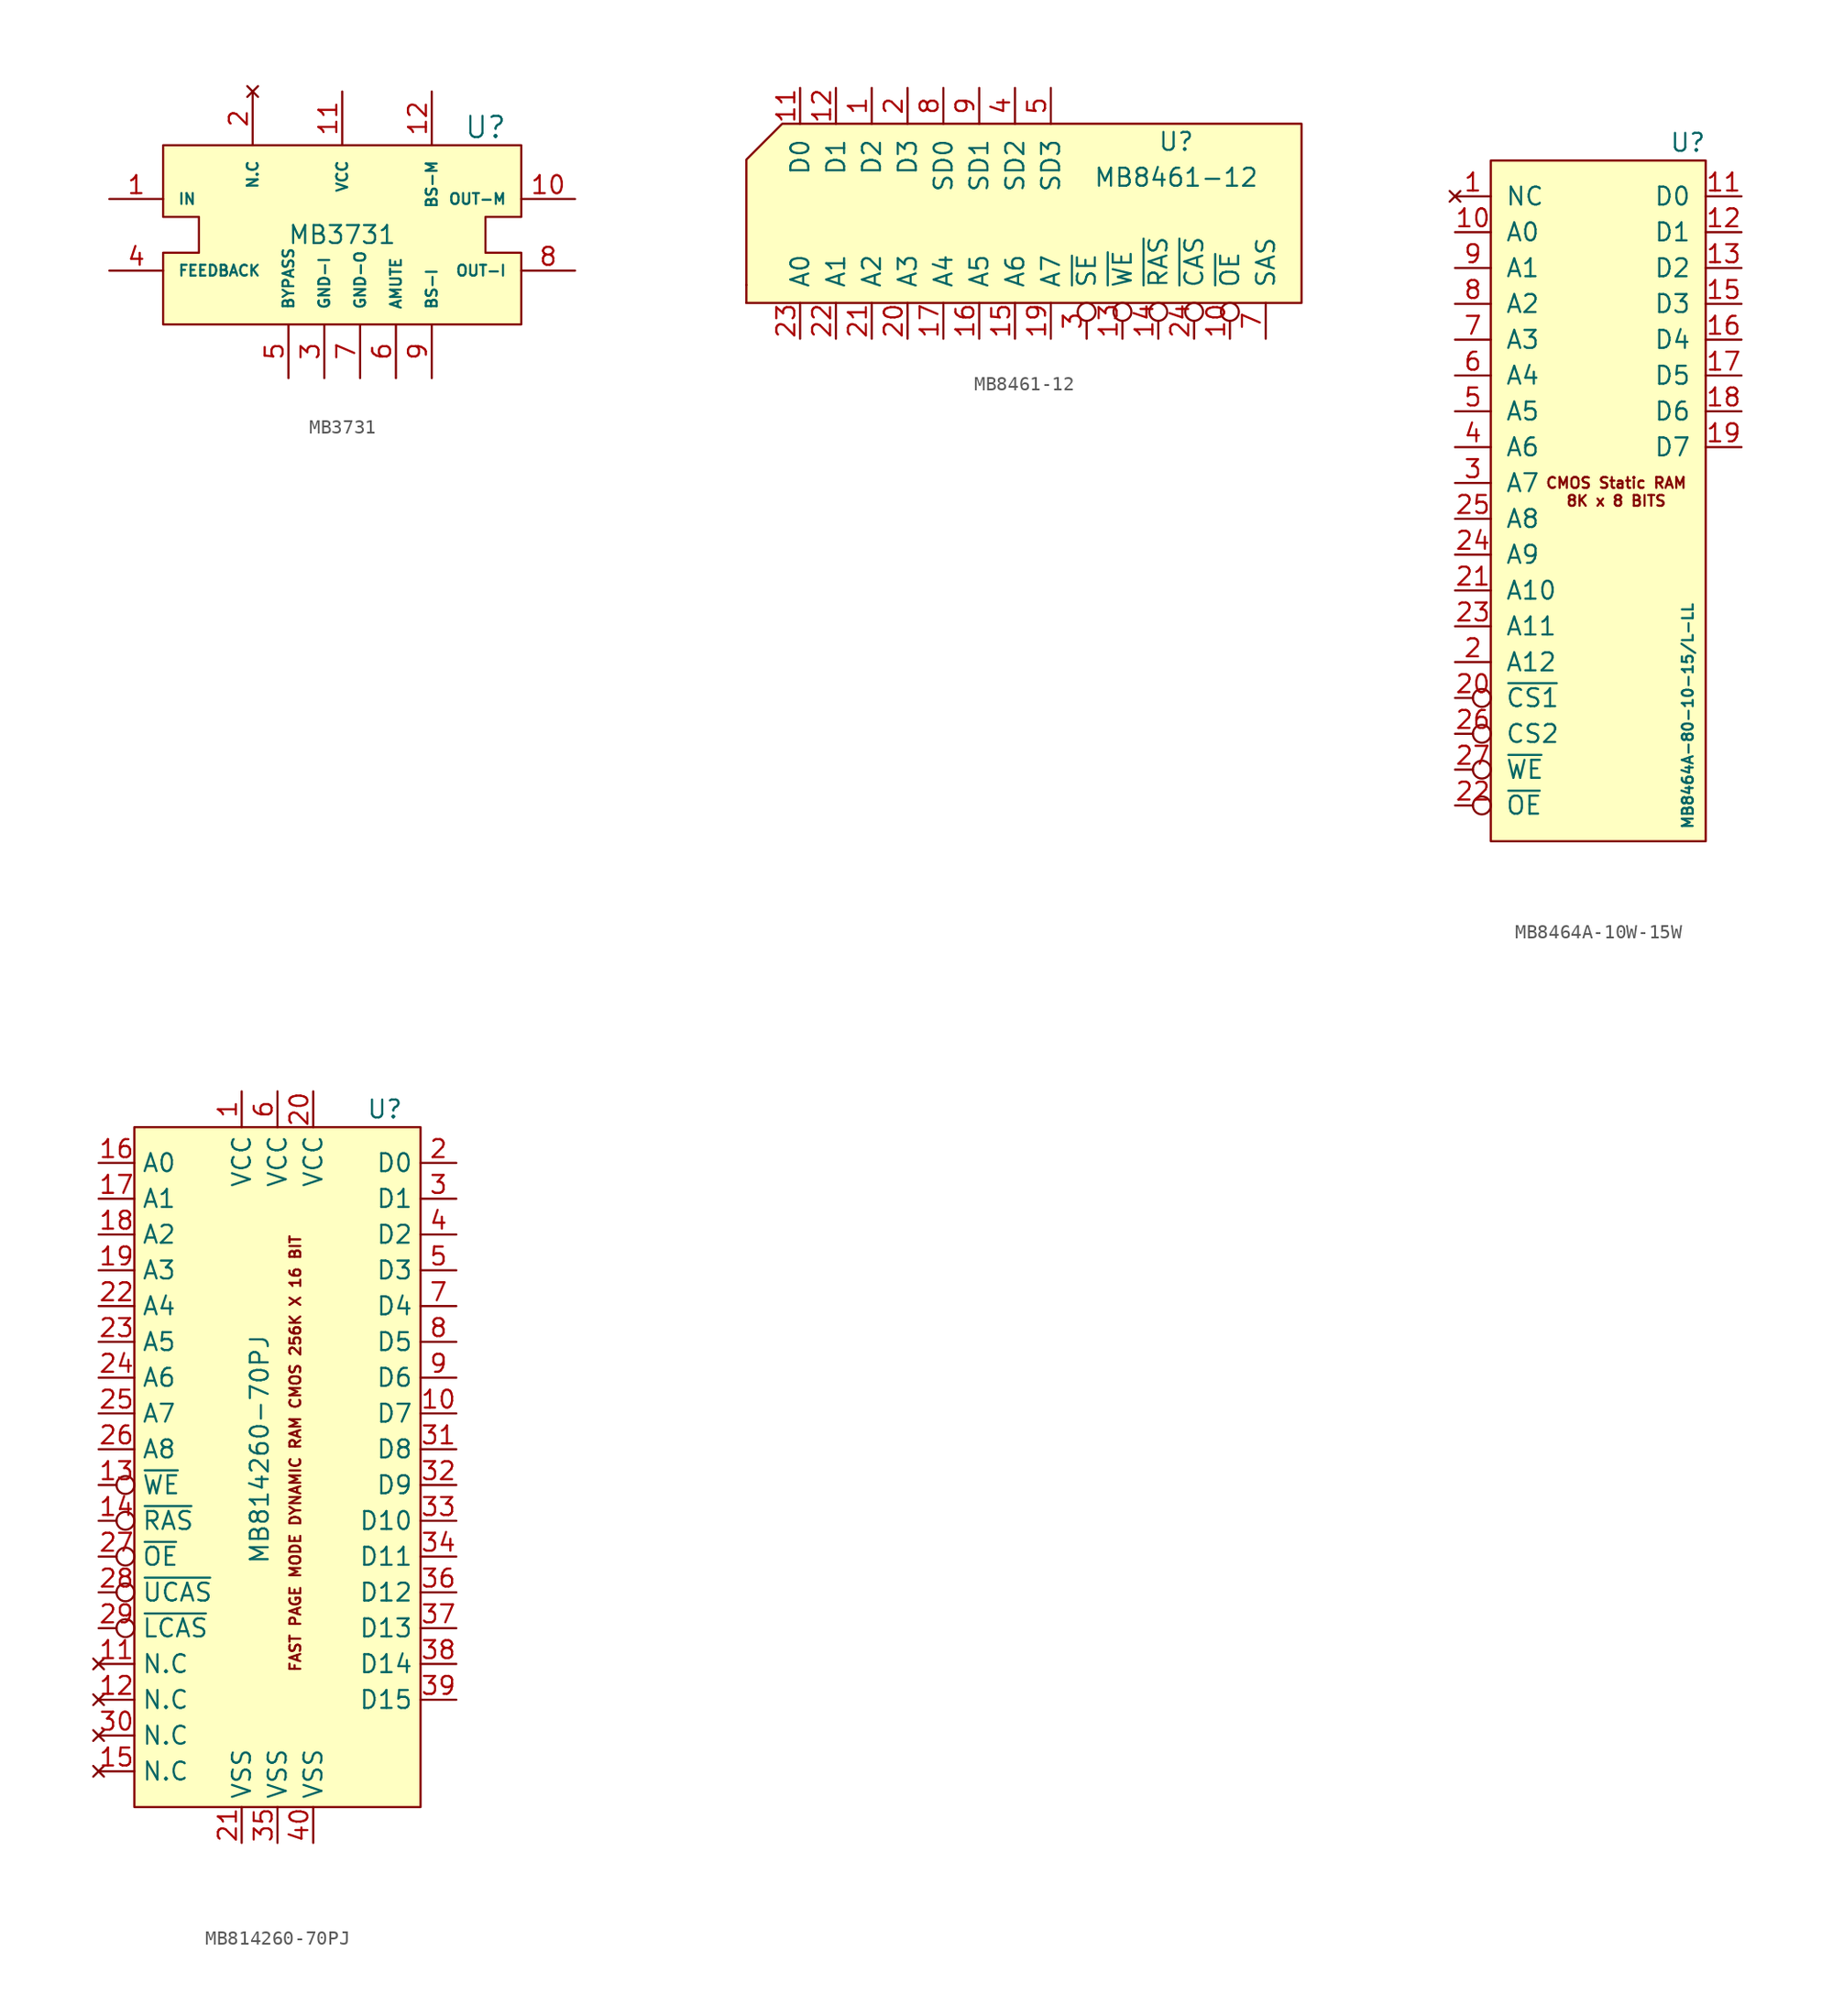
<source format=kicad_sym>
(kicad_symbol_lib
  (version 20220914)
  (generator kicad_symbol_editor)
  (symbol "MB3731"
    (pin_names
      (offset 1.016))
    (property "Reference" "U"
      (at 10.16 7.62 0)
      (effects (font (size 1.499 1.499))))
    (property "Value" "MB3731"
      (at 0 0 0)
      (effects (font (size 1.27 1.27))))
    (symbol "MB3731_1_0"
      (pin input line (at -16.51 2.54 0) (length 3.81) (name "IN" (effects (font (size 0.762 0.762)))) (number "1" (effects (font (size 1.27 1.27)))))
      (pin output line (at 16.51 2.54 180) (length 3.81) (name "OUT-M" (effects (font (size 0.762 0.762)))) (number "10" (effects (font (size 1.27 1.27)))))
      (pin power_in line (at 0 10.16 270) (length 3.81) (name "VCC" (effects (font (size 0.762 0.762)))) (number "11" (effects (font (size 1.27 1.27)))))
      (pin passive line (at 6.35 10.16 270) (length 3.81) (name "BS-M" (effects (font (size 0.762 0.762)))) (number "12" (effects (font (size 1.27 1.27)))))
      (pin no_connect line (at -6.35 10.16 270) (length 3.81) (name "N.C" (effects (font (size 0.762 0.762)))) (number "2" (effects (font (size 1.27 1.27)))))
      (pin power_in line (at -1.27 -10.16 90) (length 3.81) (name "GND-I" (effects (font (size 0.762 0.762)))) (number "3" (effects (font (size 1.27 1.27)))))
      (pin input line (at -16.51 -2.54 0) (length 3.81) (name "FEEDBACK" (effects (font (size 0.762 0.762)))) (number "4" (effects (font (size 1.27 1.27)))))
      (pin input line (at -3.81 -10.16 90) (length 3.81) (name "BYPASS" (effects (font (size 0.762 0.762)))) (number "5" (effects (font (size 1.27 1.27)))))
      (pin input line (at 3.81 -10.16 90) (length 3.81) (name "AMUTE" (effects (font (size 0.762 0.762)))) (number "6" (effects (font (size 1.27 1.27)))))
      (pin power_out line (at 1.27 -10.16 90) (length 3.81) (name "GND-O" (effects (font (size 0.762 0.762)))) (number "7" (effects (font (size 1.27 1.27)))))
      (pin output line (at 16.51 -2.54 180) (length 3.81) (name "OUT-I" (effects (font (size 0.762 0.762)))) (number "8" (effects (font (size 1.27 1.27)))))
      (pin passive line (at 6.35 -10.16 90) (length 3.81) (name "BS-I" (effects (font (size 0.762 0.762)))) (number "9" (effects (font (size 1.27 1.27))))))
    (symbol "MB3731_1_1"
      (polyline (pts (xy -6.35 6.35) (xy -12.7 6.35) (xy -12.7 1.27) (xy -10.16 1.27) (xy -10.16 -1.27) (xy -12.7 -1.27) (xy -12.7 -6.35) (xy 12.7 -6.35) (xy 12.7 -1.27) (xy 10.16 -1.27) (xy 10.16 1.27) (xy 12.7 1.27) (xy 12.7 6.35) (xy -6.35 6.35)) (stroke (width 0) (type default)) (fill (type background)))))
  (symbol "MB8461-12"
    (pin_names
      (offset 1.016))
    (property "Reference" "U"
      (at 11.43 5.08 0)
      (effects (font (size 1.27 1.27))))
    (property "Value" "MB8461-12"
      (at 11.43 2.54 0)
      (effects (font (size 1.27 1.27))))
    (symbol "MB8461-12_0_1"
      (polyline (pts (xy -19.05 -6.35) (xy -19.05 -5.08)) (stroke (width 0) (type default)) (fill (type none)))
      (polyline (pts (xy -19.05 -6.35) (xy 20.32 -6.35) (xy 20.32 6.35) (xy -16.51 6.35) (xy -19.05 3.81) (xy -19.05 -5.08)) (stroke (width 0) (type default)) (fill (type background))))
    (symbol "MB8461-12_1_1"
      (pin bidirectional line (at -10.16 8.89 270) (length 2.54) (name "D2" (effects (font (size 1.27 1.27)))) (number "1" (effects (font (size 1.27 1.27)))))
      (pin input inverted (at 15.24 -8.89 90) (length 2.54) (name "~{OE}" (effects (font (size 1.27 1.27)))) (number "10" (effects (font (size 1.27 1.27)))))
      (pin bidirectional line (at -15.24 8.89 270) (length 2.54) (name "D0" (effects (font (size 1.27 1.27)))) (number "11" (effects (font (size 1.27 1.27)))))
      (pin bidirectional line (at -12.7 8.89 270) (length 2.54) (name "D1" (effects (font (size 1.27 1.27)))) (number "12" (effects (font (size 1.27 1.27)))))
      (pin input inverted (at 7.62 -8.89 90) (length 2.54) (name "~{WE}" (effects (font (size 1.27 1.27)))) (number "13" (effects (font (size 1.27 1.27)))))
      (pin input inverted (at 10.16 -8.89 90) (length 2.54) (name "~{RAS}" (effects (font (size 1.27 1.27)))) (number "14" (effects (font (size 1.27 1.27)))))
      (pin input line (at 0 -8.89 90) (length 2.54) (name "A6" (effects (font (size 1.27 1.27)))) (number "15" (effects (font (size 1.27 1.27)))))
      (pin input line (at -2.54 -8.89 90) (length 2.54) (name "A5" (effects (font (size 1.27 1.27)))) (number "16" (effects (font (size 1.27 1.27)))))
      (pin input line (at -5.08 -8.89 90) (length 2.54) (name "A4" (effects (font (size 1.27 1.27)))) (number "17" (effects (font (size 1.27 1.27)))))
      (pin power_in line (at -19.05 0 0) (length 2.54) hide (name "VCC" (effects (font (size 1.27 1.27)))) (number "18" (effects (font (size 1.27 1.27)))))
      (pin input line (at 2.54 -8.89 90) (length 2.54) (name "A7" (effects (font (size 1.27 1.27)))) (number "19" (effects (font (size 1.27 1.27)))))
      (pin bidirectional line (at -7.62 8.89 270) (length 2.54) (name "D3" (effects (font (size 1.27 1.27)))) (number "2" (effects (font (size 1.27 1.27)))))
      (pin input line (at -7.62 -8.89 90) (length 2.54) (name "A3" (effects (font (size 1.27 1.27)))) (number "20" (effects (font (size 1.27 1.27)))))
      (pin input line (at -10.16 -8.89 90) (length 2.54) (name "A2" (effects (font (size 1.27 1.27)))) (number "21" (effects (font (size 1.27 1.27)))))
      (pin input line (at -12.7 -8.89 90) (length 2.54) (name "A1" (effects (font (size 1.27 1.27)))) (number "22" (effects (font (size 1.27 1.27)))))
      (pin input line (at -15.24 -8.89 90) (length 2.54) (name "A0" (effects (font (size 1.27 1.27)))) (number "23" (effects (font (size 1.27 1.27)))))
      (pin input inverted (at 12.7 -8.89 90) (length 2.54) (name "~{CAS}" (effects (font (size 1.27 1.27)))) (number "24" (effects (font (size 1.27 1.27)))))
      (pin input inverted (at 5.08 -8.89 90) (length 2.54) (name "~{SE}" (effects (font (size 1.27 1.27)))) (number "3" (effects (font (size 1.27 1.27)))))
      (pin bidirectional line (at 0 8.89 270) (length 2.54) (name "SD2" (effects (font (size 1.27 1.27)))) (number "4" (effects (font (size 1.27 1.27)))))
      (pin bidirectional line (at 2.54 8.89 270) (length 2.54) (name "SD3" (effects (font (size 1.27 1.27)))) (number "5" (effects (font (size 1.27 1.27)))))
      (pin power_in line (at 20.32 0 180) (length 2.54) hide (name "VSS" (effects (font (size 1.27 1.27)))) (number "6" (effects (font (size 1.27 1.27)))))
      (pin input line (at 17.78 -8.89 90) (length 2.54) (name "SAS" (effects (font (size 1.27 1.27)))) (number "7" (effects (font (size 1.27 1.27)))))
      (pin bidirectional line (at -5.08 8.89 270) (length 2.54) (name "SD0" (effects (font (size 1.27 1.27)))) (number "8" (effects (font (size 1.27 1.27)))))
      (pin bidirectional line (at -2.54 8.89 270) (length 2.54) (name "SD1" (effects (font (size 1.27 1.27)))) (number "9" (effects (font (size 1.27 1.27)))))))
  (symbol "MB8464A-10W-15W"
    (pin_names
      (offset 1.016))
    (property "Reference" "U"
      (at 6.35 25.4 0)
      (effects (font (size 1.27 1.27))))
    (property "Value" "MB8464A-80-10-15/L-LL"
      (at 6.35 -15.24 90)
      (effects (font (size 0.762 0.762))))
    (symbol "MB8464A-10W-15W_0_0"
      (text "8K x 8 BITS" (at 1.27 0 0) (effects (font (size 0.762 0.762))))
      (text "CMOS Static RAM" (at 1.27 1.27 0) (effects (font (size 0.762 0.762)))))
    (symbol "MB8464A-10W-15W_0_1"
      (rectangle (start -7.62 24.13) (end 7.62 -24.13) (stroke (width 0) (type default)) (fill (type background))))
    (symbol "MB8464A-10W-15W_1_1"
      (pin no_connect line (at -10.16 21.59 0) (length 2.54) (name "NC" (effects (font (size 1.27 1.27)))) (number "1" (effects (font (size 1.27 1.27)))))
      (pin input line (at -10.16 19.05 0) (length 2.54) (name "A0" (effects (font (size 1.27 1.27)))) (number "10" (effects (font (size 1.27 1.27)))))
      (pin bidirectional line (at 10.16 21.59 180) (length 2.54) (name "D0" (effects (font (size 1.27 1.27)))) (number "11" (effects (font (size 1.27 1.27)))))
      (pin bidirectional line (at 10.16 19.05 180) (length 2.54) (name "D1" (effects (font (size 1.27 1.27)))) (number "12" (effects (font (size 1.27 1.27)))))
      (pin bidirectional line (at 10.16 16.51 180) (length 2.54) (name "D2" (effects (font (size 1.27 1.27)))) (number "13" (effects (font (size 1.27 1.27)))))
      (pin power_in line (at 0 -24.13 90) (length 2.54) hide (name "VSS" (effects (font (size 1.27 1.27)))) (number "14" (effects (font (size 1.27 1.27)))))
      (pin bidirectional line (at 10.16 13.97 180) (length 2.54) (name "D3" (effects (font (size 1.27 1.27)))) (number "15" (effects (font (size 1.27 1.27)))))
      (pin bidirectional line (at 10.16 11.43 180) (length 2.54) (name "D4" (effects (font (size 1.27 1.27)))) (number "16" (effects (font (size 1.27 1.27)))))
      (pin bidirectional line (at 10.16 8.89 180) (length 2.54) (name "D5" (effects (font (size 1.27 1.27)))) (number "17" (effects (font (size 1.27 1.27)))))
      (pin bidirectional line (at 10.16 6.35 180) (length 2.54) (name "D6" (effects (font (size 1.27 1.27)))) (number "18" (effects (font (size 1.27 1.27)))))
      (pin bidirectional line (at 10.16 3.81 180) (length 2.54) (name "D7" (effects (font (size 1.27 1.27)))) (number "19" (effects (font (size 1.27 1.27)))))
      (pin input line (at -10.16 -11.43 0) (length 2.54) (name "A12" (effects (font (size 1.27 1.27)))) (number "2" (effects (font (size 1.27 1.27)))))
      (pin input inverted (at -10.16 -13.97 0) (length 2.54) (name "~{CS1}" (effects (font (size 1.27 1.27)))) (number "20" (effects (font (size 1.27 1.27)))))
      (pin input line (at -10.16 -6.35 0) (length 2.54) (name "A10" (effects (font (size 1.27 1.27)))) (number "21" (effects (font (size 1.27 1.27)))))
      (pin input inverted (at -10.16 -21.59 0) (length 2.54) (name "~{OE}" (effects (font (size 1.27 1.27)))) (number "22" (effects (font (size 1.27 1.27)))))
      (pin input line (at -10.16 -8.89 0) (length 2.54) (name "A11" (effects (font (size 1.27 1.27)))) (number "23" (effects (font (size 1.27 1.27)))))
      (pin input line (at -10.16 -3.81 0) (length 2.54) (name "A9" (effects (font (size 1.27 1.27)))) (number "24" (effects (font (size 1.27 1.27)))))
      (pin input line (at -10.16 -1.27 0) (length 2.54) (name "A8" (effects (font (size 1.27 1.27)))) (number "25" (effects (font (size 1.27 1.27)))))
      (pin input inverted (at -10.16 -16.51 0) (length 2.54) (name "CS2" (effects (font (size 1.27 1.27)))) (number "26" (effects (font (size 1.27 1.27)))))
      (pin input inverted (at -10.16 -19.05 0) (length 2.54) (name "~{WE}" (effects (font (size 1.27 1.27)))) (number "27" (effects (font (size 1.27 1.27)))))
      (pin power_in line (at 0 24.13 270) (length 2.54) hide (name "VCC" (effects (font (size 1.27 1.27)))) (number "28" (effects (font (size 1.27 1.27)))))
      (pin input line (at -10.16 1.27 0) (length 2.54) (name "A7" (effects (font (size 1.27 1.27)))) (number "3" (effects (font (size 1.27 1.27)))))
      (pin input line (at -10.16 3.81 0) (length 2.54) (name "A6" (effects (font (size 1.27 1.27)))) (number "4" (effects (font (size 1.27 1.27)))))
      (pin input line (at -10.16 6.35 0) (length 2.54) (name "A5" (effects (font (size 1.27 1.27)))) (number "5" (effects (font (size 1.27 1.27)))))
      (pin input line (at -10.16 8.89 0) (length 2.54) (name "A4" (effects (font (size 1.27 1.27)))) (number "6" (effects (font (size 1.27 1.27)))))
      (pin input line (at -10.16 11.43 0) (length 2.54) (name "A3" (effects (font (size 1.27 1.27)))) (number "7" (effects (font (size 1.27 1.27)))))
      (pin input line (at -10.16 13.97 0) (length 2.54) (name "A2" (effects (font (size 1.27 1.27)))) (number "8" (effects (font (size 1.27 1.27)))))
      (pin input line (at -10.16 16.51 0) (length 2.54) (name "A1" (effects (font (size 1.27 1.27)))) (number "9" (effects (font (size 1.27 1.27)))))))
  (symbol "MB814260-70PJ"
    (property "Reference" "U"
      (at 7.62 24.13 0)
      (effects (font (size 1.27 1.27))))
    (property "Value" "MB814260-70PJ"
      (at -1.27 0 90)
      (effects (font (size 1.27 1.27))))
    (symbol "MB814260-70PJ_0_0"
      (text "FAST PAGE MODE DYNAMIC RAM CMOS 256K X 16 BIT " (at 1.27 0 900) (effects (font (size 0.762 0.762)))))
    (symbol "MB814260-70PJ_0_1"
      (rectangle (start -10.16 22.86) (end 10.16 -25.4) (stroke (width 0.152) (type default)) (fill (type background))))
    (symbol "MB814260-70PJ_1_1"
      (pin power_in line (at -2.54 25.4 270) (length 2.54) (name "VCC" (effects (font (size 1.27 1.27)))) (number "1" (effects (font (size 1.27 1.27)))))
      (pin bidirectional line (at 12.7 2.54 180) (length 2.54) (name "D7" (effects (font (size 1.27 1.27)))) (number "10" (effects (font (size 1.27 1.27)))))
      (pin no_connect line (at -12.7 -15.24 0) (length 2.54) (name "N.C" (effects (font (size 1.27 1.27)))) (number "11" (effects (font (size 1.27 1.27)))))
      (pin no_connect line (at -12.7 -17.78 0) (length 2.54) (name "N.C" (effects (font (size 1.27 1.27)))) (number "12" (effects (font (size 1.27 1.27)))))
      (pin input inverted (at -12.7 -2.54 0) (length 2.54) (name "~{WE}" (effects (font (size 1.27 1.27)))) (number "13" (effects (font (size 1.27 1.27)))))
      (pin input inverted (at -12.7 -5.08 0) (length 2.54) (name "~{RAS}" (effects (font (size 1.27 1.27)))) (number "14" (effects (font (size 1.27 1.27)))))
      (pin no_connect line (at -12.7 -22.86 0) (length 2.54) (name "N.C" (effects (font (size 1.27 1.27)))) (number "15" (effects (font (size 1.27 1.27)))))
      (pin input line (at -12.7 20.32 0) (length 2.54) (name "A0" (effects (font (size 1.27 1.27)))) (number "16" (effects (font (size 1.27 1.27)))))
      (pin input line (at -12.7 17.78 0) (length 2.54) (name "A1" (effects (font (size 1.27 1.27)))) (number "17" (effects (font (size 1.27 1.27)))))
      (pin input line (at -12.7 15.24 0) (length 2.54) (name "A2" (effects (font (size 1.27 1.27)))) (number "18" (effects (font (size 1.27 1.27)))))
      (pin input line (at -12.7 12.7 0) (length 2.54) (name "A3" (effects (font (size 1.27 1.27)))) (number "19" (effects (font (size 1.27 1.27)))))
      (pin bidirectional line (at 12.7 20.32 180) (length 2.54) (name "D0" (effects (font (size 1.27 1.27)))) (number "2" (effects (font (size 1.27 1.27)))))
      (pin power_in line (at 2.54 25.4 270) (length 2.54) (name "VCC" (effects (font (size 1.27 1.27)))) (number "20" (effects (font (size 1.27 1.27)))))
      (pin power_in line (at -2.54 -27.94 90) (length 2.54) (name "VSS" (effects (font (size 1.27 1.27)))) (number "21" (effects (font (size 1.27 1.27)))))
      (pin input line (at -12.7 10.16 0) (length 2.54) (name "A4" (effects (font (size 1.27 1.27)))) (number "22" (effects (font (size 1.27 1.27)))))
      (pin input line (at -12.7 7.62 0) (length 2.54) (name "A5" (effects (font (size 1.27 1.27)))) (number "23" (effects (font (size 1.27 1.27)))))
      (pin input line (at -12.7 5.08 0) (length 2.54) (name "A6" (effects (font (size 1.27 1.27)))) (number "24" (effects (font (size 1.27 1.27)))))
      (pin input line (at -12.7 2.54 0) (length 2.54) (name "A7" (effects (font (size 1.27 1.27)))) (number "25" (effects (font (size 1.27 1.27)))))
      (pin input line (at -12.7 0 0) (length 2.54) (name "A8" (effects (font (size 1.27 1.27)))) (number "26" (effects (font (size 1.27 1.27)))))
      (pin input inverted (at -12.7 -7.62 0) (length 2.54) (name "~{OE}" (effects (font (size 1.27 1.27)))) (number "27" (effects (font (size 1.27 1.27)))))
      (pin input inverted (at -12.7 -10.16 0) (length 2.54) (name "~{UCAS}" (effects (font (size 1.27 1.27)))) (number "28" (effects (font (size 1.27 1.27)))))
      (pin input inverted (at -12.7 -12.7 0) (length 2.54) (name "~{LCAS}" (effects (font (size 1.27 1.27)))) (number "29" (effects (font (size 1.27 1.27)))))
      (pin bidirectional line (at 12.7 17.78 180) (length 2.54) (name "D1" (effects (font (size 1.27 1.27)))) (number "3" (effects (font (size 1.27 1.27)))))
      (pin no_connect line (at -12.7 -20.32 0) (length 2.54) (name "N.C" (effects (font (size 1.27 1.27)))) (number "30" (effects (font (size 1.27 1.27)))))
      (pin bidirectional line (at 12.7 0 180) (length 2.54) (name "D8" (effects (font (size 1.27 1.27)))) (number "31" (effects (font (size 1.27 1.27)))))
      (pin bidirectional line (at 12.7 -2.54 180) (length 2.54) (name "D9" (effects (font (size 1.27 1.27)))) (number "32" (effects (font (size 1.27 1.27)))))
      (pin bidirectional line (at 12.7 -5.08 180) (length 2.54) (name "D10" (effects (font (size 1.27 1.27)))) (number "33" (effects (font (size 1.27 1.27)))))
      (pin bidirectional line (at 12.7 -7.62 180) (length 2.54) (name "D11" (effects (font (size 1.27 1.27)))) (number "34" (effects (font (size 1.27 1.27)))))
      (pin power_in line (at 0 -27.94 90) (length 2.54) (name "VSS" (effects (font (size 1.27 1.27)))) (number "35" (effects (font (size 1.27 1.27)))))
      (pin bidirectional line (at 12.7 -10.16 180) (length 2.54) (name "D12" (effects (font (size 1.27 1.27)))) (number "36" (effects (font (size 1.27 1.27)))))
      (pin bidirectional line (at 12.7 -12.7 180) (length 2.54) (name "D13" (effects (font (size 1.27 1.27)))) (number "37" (effects (font (size 1.27 1.27)))))
      (pin bidirectional line (at 12.7 -15.24 180) (length 2.54) (name "D14" (effects (font (size 1.27 1.27)))) (number "38" (effects (font (size 1.27 1.27)))))
      (pin bidirectional line (at 12.7 -17.78 180) (length 2.54) (name "D15" (effects (font (size 1.27 1.27)))) (number "39" (effects (font (size 1.27 1.27)))))
      (pin bidirectional line (at 12.7 15.24 180) (length 2.54) (name "D2" (effects (font (size 1.27 1.27)))) (number "4" (effects (font (size 1.27 1.27)))))
      (pin power_in line (at 2.54 -27.94 90) (length 2.54) (name "VSS" (effects (font (size 1.27 1.27)))) (number "40" (effects (font (size 1.27 1.27)))))
      (pin bidirectional line (at 12.7 12.7 180) (length 2.54) (name "D3" (effects (font (size 1.27 1.27)))) (number "5" (effects (font (size 1.27 1.27)))))
      (pin power_in line (at 0 25.4 270) (length 2.54) (name "VCC" (effects (font (size 1.27 1.27)))) (number "6" (effects (font (size 1.27 1.27)))))
      (pin bidirectional line (at 12.7 10.16 180) (length 2.54) (name "D4" (effects (font (size 1.27 1.27)))) (number "7" (effects (font (size 1.27 1.27)))))
      (pin bidirectional line (at 12.7 7.62 180) (length 2.54) (name "D5" (effects (font (size 1.27 1.27)))) (number "8" (effects (font (size 1.27 1.27)))))
      (pin bidirectional line (at 12.7 5.08 180) (length 2.54) (name "D6" (effects (font (size 1.27 1.27)))) (number "9" (effects (font (size 1.27 1.27))))))))
</source>
